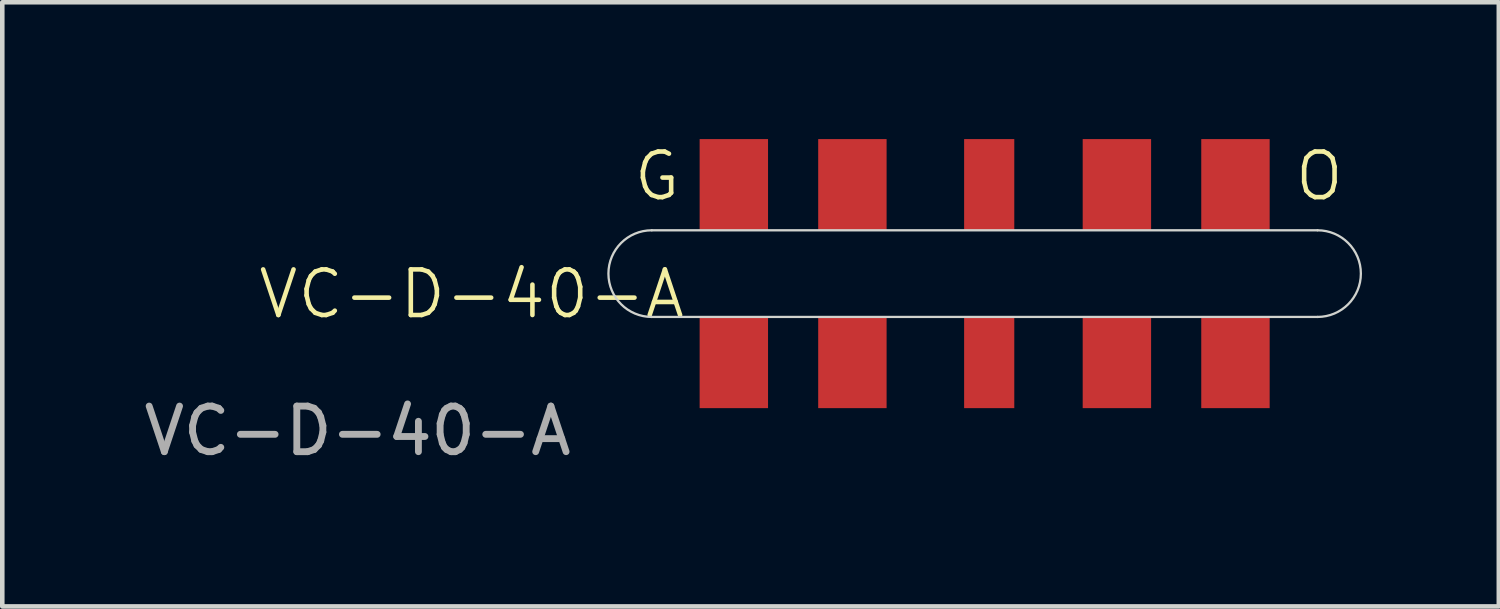
<source format=kicad_pcb>
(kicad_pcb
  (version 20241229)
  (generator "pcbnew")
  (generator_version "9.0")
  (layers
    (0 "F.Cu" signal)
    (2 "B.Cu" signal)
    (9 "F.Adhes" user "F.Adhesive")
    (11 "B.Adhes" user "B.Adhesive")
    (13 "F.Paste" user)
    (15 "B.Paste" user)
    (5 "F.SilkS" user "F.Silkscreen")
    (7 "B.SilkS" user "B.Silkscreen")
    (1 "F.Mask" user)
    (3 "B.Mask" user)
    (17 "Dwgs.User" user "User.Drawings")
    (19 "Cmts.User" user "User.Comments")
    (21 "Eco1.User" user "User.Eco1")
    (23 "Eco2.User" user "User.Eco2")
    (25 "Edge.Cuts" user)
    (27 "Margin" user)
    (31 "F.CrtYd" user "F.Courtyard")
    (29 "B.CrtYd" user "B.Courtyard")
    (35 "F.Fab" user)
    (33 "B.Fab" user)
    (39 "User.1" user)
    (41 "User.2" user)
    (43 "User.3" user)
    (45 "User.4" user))
  (footprint "VC-D-40-A"
    (layer "F.Cu")
    (at 10.292 3.9)
    (property "Reference" "VC-D-40-A" (at -3 -0.5 0) (unlocked yes) (layer "F.SilkS") (effects (font (size 1 1) (thickness 0.1))))
    (attr through_hole)
    (fp_line (start 0.95 -1.9) (end 15.55 -1.9) (stroke (width 0.05) (type default)) (layer "Edge.Cuts"))
    (fp_line (start 15.55 0) (end 0.95 0) (stroke (width 0.05) (type default)) (layer "Edge.Cuts"))
    (fp_arc (start 0.95 0) (mid 0 -0.95) (end 0.95 -1.9) (stroke (width 0.05) (type default)) (layer "Edge.Cuts"))
    (fp_arc (start 15.55 -1.9) (mid 16.5 -0.95) (end 15.55 0) (stroke (width 0.05) (type default)) (layer "Edge.Cuts"))
    (fp_text user "O" (at 15 -2.5 0) (unlocked yes) (layer "F.SilkS") (effects (font (size 1 1) (thickness 0.1)) (justify left bottom)))
    (fp_text user "G" (at 0.5 -2.5 0) (unlocked yes) (layer "F.SilkS") (effects (font (size 1 1) (thickness 0.1)) (justify left bottom)))
    (fp_text user "${REFERENCE}" (at -5.5 2.5 0) (unlocked yes) (layer "F.Fab") (effects (font (size 1 1) (thickness 0.15))))
    (pad "1" smd rect (at 5.35 -2.9) (size 1.5 2) (layers "F.Cu" "F.Mask" "F.Paste"))
    (pad "1" smd rect (at 5.35 1) (size 1.5 2) (layers "F.Cu" "F.Mask" "F.Paste"))
    (pad "2" smd rect (at 2.75 -2.9) (size 1.5 2) (layers "F.Cu" "F.Mask" "F.Paste"))
    (pad "2" smd rect (at 2.75 1) (size 1.5 2) (layers "F.Cu" "F.Mask" "F.Paste"))
    (pad "2" smd rect (at 11.15 -2.9) (size 1.5 2) (layers "F.Cu" "F.Mask" "F.Paste"))
    (pad "2" smd rect (at 11.15 1) (size 1.5 2) (layers "F.Cu" "F.Mask" "F.Paste"))
    (pad "3" smd rect (at 8.35 -2.9) (size 1.1 2) (layers "F.Cu" "F.Mask" "F.Paste"))
    (pad "3" smd rect (at 8.35 1) (size 1.1 2) (layers "F.Cu" "F.Mask" "F.Paste"))
    (pad "4" smd rect (at 13.75 -2.9) (size 1.5 2) (layers "F.Cu" "F.Mask" "F.Paste"))
    (pad "4" smd rect (at 13.75 1) (size 1.5 2) (layers "F.Cu" "F.Mask" "F.Paste")))
  (gr_rect
    (start -3 -3)
    (end 29.817 10.248)
    (stroke (width 0.1) (type default))
    (fill no)
    (layer "Edge.Cuts")))
</source>
